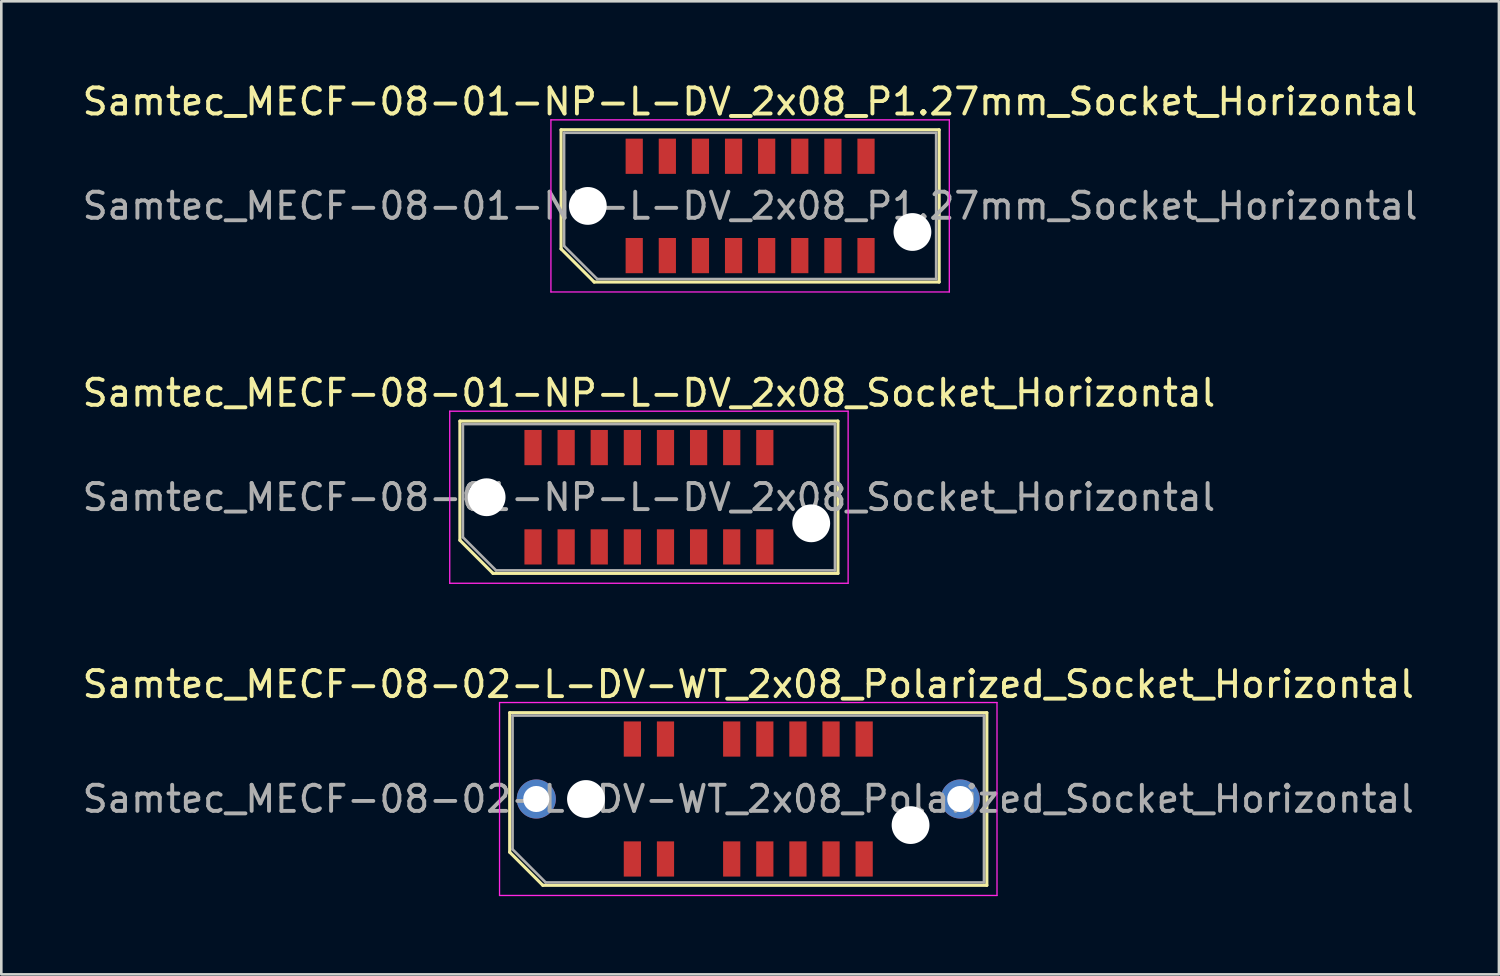
<source format=kicad_pcb>
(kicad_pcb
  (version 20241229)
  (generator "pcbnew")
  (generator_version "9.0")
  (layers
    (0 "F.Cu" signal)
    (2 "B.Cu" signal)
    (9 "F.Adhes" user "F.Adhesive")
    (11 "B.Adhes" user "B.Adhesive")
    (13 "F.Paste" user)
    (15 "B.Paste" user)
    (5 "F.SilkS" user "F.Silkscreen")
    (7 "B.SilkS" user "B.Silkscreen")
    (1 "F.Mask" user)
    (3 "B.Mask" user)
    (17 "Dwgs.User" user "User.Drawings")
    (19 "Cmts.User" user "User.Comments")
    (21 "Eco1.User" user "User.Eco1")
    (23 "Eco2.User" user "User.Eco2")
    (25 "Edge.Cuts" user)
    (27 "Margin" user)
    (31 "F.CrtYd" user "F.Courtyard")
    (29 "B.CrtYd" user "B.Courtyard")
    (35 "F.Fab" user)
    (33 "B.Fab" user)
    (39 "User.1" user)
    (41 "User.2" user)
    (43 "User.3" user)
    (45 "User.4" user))
  (footprint "Samtec_MECF-08-02-L-DV-WT_2x08_Polarized_Socket_Horizontal"
    (layer "F.Cu")
    (at 25.649 27.595)
    (property "Reference" "Samtec_MECF-08-02-L-DV-WT_2x08_Polarized_Socket_Horizontal" (at 0 -4.4 0) (layer "F.SilkS") (effects (font (size 1 1) (thickness 0.15))))
    (attr smd)
    (fp_line (start -9.15 -3.31) (end 9.15 -3.31) (stroke (width 0.12) (type solid)) (layer "F.SilkS"))
    (fp_line (start -9.15 2.04) (end -9.15 -3.31) (stroke (width 0.12) (type solid)) (layer "F.SilkS"))
    (fp_line (start -7.88 3.31) (end -9.15 2.04) (stroke (width 0.12) (type solid)) (layer "F.SilkS"))
    (fp_line (start -7.88 3.31) (end 9.15 3.31) (stroke (width 0.12) (type solid)) (layer "F.SilkS"))
    (fp_line (start 9.15 3.31) (end 9.15 -3.31) (stroke (width 0.12) (type solid)) (layer "F.SilkS"))
    (fp_line (start -9.54 -3.7) (end -9.54 3.7) (stroke (width 0.05) (type solid)) (layer "F.CrtYd"))
    (fp_line (start -9.54 3.7) (end 9.54 3.7) (stroke (width 0.05) (type solid)) (layer "F.CrtYd"))
    (fp_line (start 9.54 -3.7) (end -9.54 -3.7) (stroke (width 0.05) (type solid)) (layer "F.CrtYd"))
    (fp_line (start 9.54 3.7) (end 9.54 -3.7) (stroke (width 0.05) (type solid)) (layer "F.CrtYd"))
    (fp_line (start -9.04 -3.2) (end 9.04 -3.2) (stroke (width 0.1) (type solid)) (layer "F.Fab"))
    (fp_line (start -9.04 1.93) (end -9.04 -3.2) (stroke (width 0.1) (type solid)) (layer "F.Fab"))
    (fp_line (start -9.04 1.93) (end -7.77 3.2) (stroke (width 0.1) (type solid)) (layer "F.Fab"))
    (fp_line (start -7.77 3.2) (end 9.04 3.2) (stroke (width 0.1) (type solid)) (layer "F.Fab"))
    (fp_line (start 9.04 3.2) (end 9.04 -3.2) (stroke (width 0.1) (type solid)) (layer "F.Fab"))
    (fp_text user "${REFERENCE}" (at 0 0 0) (layer "F.Fab") (effects (font (size 1 1) (thickness 0.15))))
    (pad "" thru_hole circle (at -8.13 0) (size 1.5 1.5) (drill 1) (layers "*.Cu" "*.Mask"))
    (pad "" np_thru_hole circle (at -6.225 0) (size 1.45 1.45) (drill 1.45) (layers "*.Cu" "*.Mask"))
    (pad "" np_thru_hole circle (at 6.225 1) (size 1.45 1.45) (drill 1.45) (layers "*.Cu" "*.Mask"))
    (pad "" thru_hole circle (at 8.13 0) (size 1.5 1.5) (drill 1) (layers "*.Cu" "*.Mask"))
    (pad "1" smd rect (at -4.445 2.3) (size 0.66 1.35) (layers "F.Cu" "F.Mask" "F.Paste"))
    (pad "2" smd rect (at -4.445 -2.3) (size 0.66 1.35) (layers "F.Cu" "F.Mask" "F.Paste"))
    (pad "3" smd rect (at -3.175 2.3) (size 0.66 1.35) (layers "F.Cu" "F.Mask" "F.Paste"))
    (pad "4" smd rect (at -3.175 -2.3) (size 0.66 1.35) (layers "F.Cu" "F.Mask" "F.Paste"))
    (pad "7" smd rect (at -0.635 2.3) (size 0.66 1.35) (layers "F.Cu" "F.Mask" "F.Paste"))
    (pad "8" smd rect (at -0.635 -2.3) (size 0.66 1.35) (layers "F.Cu" "F.Mask" "F.Paste"))
    (pad "9" smd rect (at 0.635 2.3) (size 0.66 1.35) (layers "F.Cu" "F.Mask" "F.Paste"))
    (pad "10" smd rect (at 0.635 -2.3) (size 0.66 1.35) (layers "F.Cu" "F.Mask" "F.Paste"))
    (pad "11" smd rect (at 1.905 2.3) (size 0.66 1.35) (layers "F.Cu" "F.Mask" "F.Paste"))
    (pad "12" smd rect (at 1.905 -2.3) (size 0.66 1.35) (layers "F.Cu" "F.Mask" "F.Paste"))
    (pad "13" smd rect (at 3.175 2.3) (size 0.66 1.35) (layers "F.Cu" "F.Mask" "F.Paste"))
    (pad "14" smd rect (at 3.175 -2.3) (size 0.66 1.35) (layers "F.Cu" "F.Mask" "F.Paste"))
    (pad "15" smd rect (at 4.445 2.3) (size 0.66 1.35) (layers "F.Cu" "F.Mask" "F.Paste"))
    (pad "16" smd rect (at 4.445 -2.3) (size 0.66 1.35) (layers "F.Cu" "F.Mask" "F.Paste")))
  (footprint "Samtec_MECF-08-01-NP-L-DV_2x08_P1.27mm_Socket_Horizontal"
    (layer "F.Cu")
    (at 25.72 4.848)
    (property "Reference" "Samtec_MECF-08-01-NP-L-DV_2x08_P1.27mm_Socket_Horizontal" (at 0 -4 0) (layer "F.SilkS") (effects (font (size 1 1) (thickness 0.15))))
    (attr smd)
    (fp_line (start -7.25 -2.92) (end 7.25 -2.92) (stroke (width 0.12) (type solid)) (layer "F.SilkS"))
    (fp_line (start -7.25 1.65) (end -7.25 -2.92) (stroke (width 0.12) (type solid)) (layer "F.SilkS"))
    (fp_line (start -5.98 2.92) (end -7.25 1.65) (stroke (width 0.12) (type solid)) (layer "F.SilkS"))
    (fp_line (start -5.98 2.92) (end 7.25 2.92) (stroke (width 0.12) (type solid)) (layer "F.SilkS"))
    (fp_line (start 7.25 2.92) (end 7.25 -2.92) (stroke (width 0.12) (type solid)) (layer "F.SilkS"))
    (fp_line (start -7.64 -3.3) (end -7.64 3.3) (stroke (width 0.05) (type solid)) (layer "F.CrtYd"))
    (fp_line (start -7.64 3.3) (end 7.64 3.3) (stroke (width 0.05) (type solid)) (layer "F.CrtYd"))
    (fp_line (start 7.64 -3.3) (end -7.64 -3.3) (stroke (width 0.05) (type solid)) (layer "F.CrtYd"))
    (fp_line (start 7.64 3.3) (end 7.64 -3.3) (stroke (width 0.05) (type solid)) (layer "F.CrtYd"))
    (fp_line (start -7.135 -2.805) (end 7.135 -2.805) (stroke (width 0.1) (type solid)) (layer "F.Fab"))
    (fp_line (start -7.135 1.535) (end -7.135 -2.805) (stroke (width 0.1) (type solid)) (layer "F.Fab"))
    (fp_line (start -7.135 1.535) (end -5.865 2.805) (stroke (width 0.1) (type solid)) (layer "F.Fab"))
    (fp_line (start -5.865 2.805) (end 7.135 2.805) (stroke (width 0.1) (type solid)) (layer "F.Fab"))
    (fp_line (start 7.135 2.805) (end 7.135 -2.805) (stroke (width 0.1) (type solid)) (layer "F.Fab"))
    (fp_text user "${REFERENCE}" (at 0 0 0) (layer "F.Fab") (effects (font (size 1 1) (thickness 0.15))))
    (pad "" np_thru_hole circle (at -6.225 0) (size 1.45 1.45) (drill 1.45) (layers "*.Cu" "*.Mask"))
    (pad "" np_thru_hole circle (at 6.225 1) (size 1.45 1.45) (drill 1.45) (layers "*.Cu" "*.Mask"))
    (pad "1" smd rect (at -4.445 1.905) (size 0.66 1.35) (layers "F.Cu" "F.Mask" "F.Paste"))
    (pad "2" smd rect (at -4.445 -1.905) (size 0.66 1.35) (layers "F.Cu" "F.Mask" "F.Paste"))
    (pad "3" smd rect (at -3.175 1.905) (size 0.66 1.35) (layers "F.Cu" "F.Mask" "F.Paste"))
    (pad "4" smd rect (at -3.175 -1.905) (size 0.66 1.35) (layers "F.Cu" "F.Mask" "F.Paste"))
    (pad "5" smd rect (at -1.905 1.905) (size 0.66 1.35) (layers "F.Cu" "F.Mask" "F.Paste"))
    (pad "6" smd rect (at -1.905 -1.905) (size 0.66 1.35) (layers "F.Cu" "F.Mask" "F.Paste"))
    (pad "7" smd rect (at -0.635 1.905) (size 0.66 1.35) (layers "F.Cu" "F.Mask" "F.Paste"))
    (pad "8" smd rect (at -0.635 -1.905) (size 0.66 1.35) (layers "F.Cu" "F.Mask" "F.Paste"))
    (pad "9" smd rect (at 0.635 1.905) (size 0.66 1.35) (layers "F.Cu" "F.Mask" "F.Paste"))
    (pad "10" smd rect (at 0.635 -1.905) (size 0.66 1.35) (layers "F.Cu" "F.Mask" "F.Paste"))
    (pad "11" smd rect (at 1.905 1.905) (size 0.66 1.35) (layers "F.Cu" "F.Mask" "F.Paste"))
    (pad "12" smd rect (at 1.905 -1.905) (size 0.66 1.35) (layers "F.Cu" "F.Mask" "F.Paste"))
    (pad "13" smd rect (at 3.175 1.905) (size 0.66 1.35) (layers "F.Cu" "F.Mask" "F.Paste"))
    (pad "14" smd rect (at 3.175 -1.905) (size 0.66 1.35) (layers "F.Cu" "F.Mask" "F.Paste"))
    (pad "15" smd rect (at 4.445 1.905) (size 0.66 1.35) (layers "F.Cu" "F.Mask" "F.Paste"))
    (pad "16" smd rect (at 4.445 -1.905) (size 0.66 1.35) (layers "F.Cu" "F.Mask" "F.Paste")))
  (footprint "Samtec_MECF-08-01-NP-L-DV_2x08_Socket_Horizontal"
    (layer "F.Cu")
    (at 21.839 16.021)
    (property "Reference" "Samtec_MECF-08-01-NP-L-DV_2x08_Socket_Horizontal" (at 0 -4 0) (layer "F.SilkS") (effects (font (size 1 1) (thickness 0.15))))
    (attr smd)
    (fp_line (start -7.25 -2.92) (end 7.25 -2.92) (stroke (width 0.12) (type solid)) (layer "F.SilkS"))
    (fp_line (start -7.25 1.65) (end -7.25 -2.92) (stroke (width 0.12) (type solid)) (layer "F.SilkS"))
    (fp_line (start -5.98 2.92) (end -7.25 1.65) (stroke (width 0.12) (type solid)) (layer "F.SilkS"))
    (fp_line (start -5.98 2.92) (end 7.25 2.92) (stroke (width 0.12) (type solid)) (layer "F.SilkS"))
    (fp_line (start 7.25 2.92) (end 7.25 -2.92) (stroke (width 0.12) (type solid)) (layer "F.SilkS"))
    (fp_line (start -7.64 -3.3) (end -7.64 3.3) (stroke (width 0.05) (type solid)) (layer "F.CrtYd"))
    (fp_line (start -7.64 3.3) (end 7.64 3.3) (stroke (width 0.05) (type solid)) (layer "F.CrtYd"))
    (fp_line (start 7.64 -3.3) (end -7.64 -3.3) (stroke (width 0.05) (type solid)) (layer "F.CrtYd"))
    (fp_line (start 7.64 3.3) (end 7.64 -3.3) (stroke (width 0.05) (type solid)) (layer "F.CrtYd"))
    (fp_line (start -7.135 -2.805) (end 7.135 -2.805) (stroke (width 0.1) (type solid)) (layer "F.Fab"))
    (fp_line (start -7.135 1.535) (end -7.135 -2.805) (stroke (width 0.1) (type solid)) (layer "F.Fab"))
    (fp_line (start -7.135 1.535) (end -5.865 2.805) (stroke (width 0.1) (type solid)) (layer "F.Fab"))
    (fp_line (start -5.865 2.805) (end 7.135 2.805) (stroke (width 0.1) (type solid)) (layer "F.Fab"))
    (fp_line (start 7.135 2.805) (end 7.135 -2.805) (stroke (width 0.1) (type solid)) (layer "F.Fab"))
    (fp_text user "${REFERENCE}" (at 0 0 0) (layer "F.Fab") (effects (font (size 1 1) (thickness 0.15))))
    (pad "" np_thru_hole circle (at -6.225 0) (size 1.45 1.45) (drill 1.45) (layers "*.Cu" "*.Mask"))
    (pad "" np_thru_hole circle (at 6.225 1) (size 1.45 1.45) (drill 1.45) (layers "*.Cu" "*.Mask"))
    (pad "1" smd rect (at -4.445 1.905) (size 0.66 1.35) (layers "F.Cu" "F.Mask" "F.Paste"))
    (pad "2" smd rect (at -4.445 -1.905) (size 0.66 1.35) (layers "F.Cu" "F.Mask" "F.Paste"))
    (pad "3" smd rect (at -3.175 1.905) (size 0.66 1.35) (layers "F.Cu" "F.Mask" "F.Paste"))
    (pad "4" smd rect (at -3.175 -1.905) (size 0.66 1.35) (layers "F.Cu" "F.Mask" "F.Paste"))
    (pad "5" smd rect (at -1.905 1.905) (size 0.66 1.35) (layers "F.Cu" "F.Mask" "F.Paste"))
    (pad "6" smd rect (at -1.905 -1.905) (size 0.66 1.35) (layers "F.Cu" "F.Mask" "F.Paste"))
    (pad "7" smd rect (at -0.635 1.905) (size 0.66 1.35) (layers "F.Cu" "F.Mask" "F.Paste"))
    (pad "8" smd rect (at -0.635 -1.905) (size 0.66 1.35) (layers "F.Cu" "F.Mask" "F.Paste"))
    (pad "9" smd rect (at 0.635 1.905) (size 0.66 1.35) (layers "F.Cu" "F.Mask" "F.Paste"))
    (pad "10" smd rect (at 0.635 -1.905) (size 0.66 1.35) (layers "F.Cu" "F.Mask" "F.Paste"))
    (pad "11" smd rect (at 1.905 1.905) (size 0.66 1.35) (layers "F.Cu" "F.Mask" "F.Paste"))
    (pad "12" smd rect (at 1.905 -1.905) (size 0.66 1.35) (layers "F.Cu" "F.Mask" "F.Paste"))
    (pad "13" smd rect (at 3.175 1.905) (size 0.66 1.35) (layers "F.Cu" "F.Mask" "F.Paste"))
    (pad "14" smd rect (at 3.175 -1.905) (size 0.66 1.35) (layers "F.Cu" "F.Mask" "F.Paste"))
    (pad "15" smd rect (at 4.445 1.905) (size 0.66 1.35) (layers "F.Cu" "F.Mask" "F.Paste"))
    (pad "16" smd rect (at 4.445 -1.905) (size 0.66 1.35) (layers "F.Cu" "F.Mask" "F.Paste")))
  (gr_rect
    (start -3 -3)
    (end 54.44 34.32)
    (stroke (width 0.1) (type default))
    (fill no)
    (layer "Edge.Cuts")))
</source>
